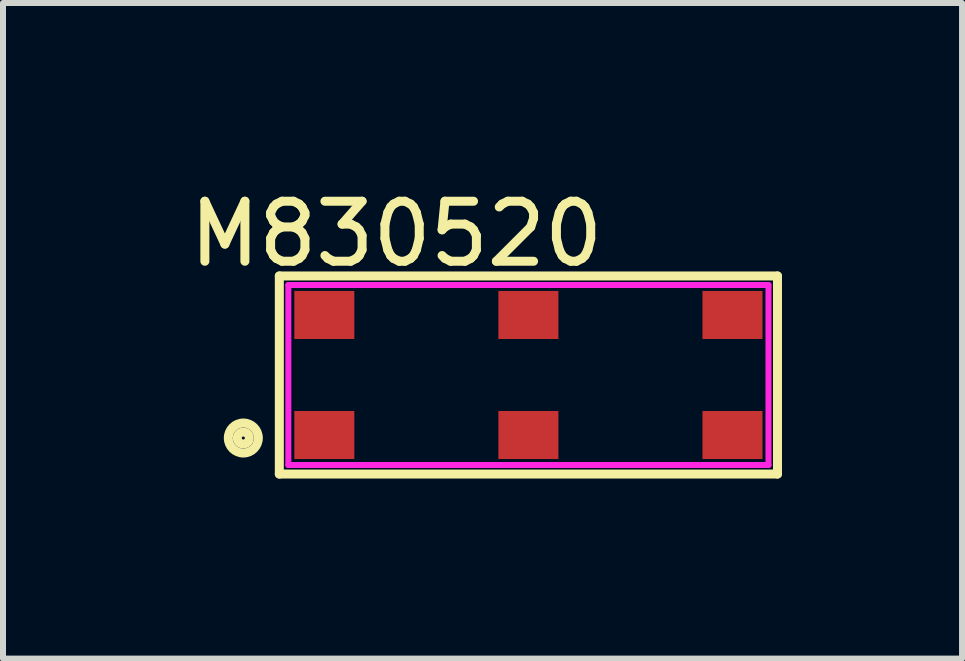
<source format=kicad_pcb>
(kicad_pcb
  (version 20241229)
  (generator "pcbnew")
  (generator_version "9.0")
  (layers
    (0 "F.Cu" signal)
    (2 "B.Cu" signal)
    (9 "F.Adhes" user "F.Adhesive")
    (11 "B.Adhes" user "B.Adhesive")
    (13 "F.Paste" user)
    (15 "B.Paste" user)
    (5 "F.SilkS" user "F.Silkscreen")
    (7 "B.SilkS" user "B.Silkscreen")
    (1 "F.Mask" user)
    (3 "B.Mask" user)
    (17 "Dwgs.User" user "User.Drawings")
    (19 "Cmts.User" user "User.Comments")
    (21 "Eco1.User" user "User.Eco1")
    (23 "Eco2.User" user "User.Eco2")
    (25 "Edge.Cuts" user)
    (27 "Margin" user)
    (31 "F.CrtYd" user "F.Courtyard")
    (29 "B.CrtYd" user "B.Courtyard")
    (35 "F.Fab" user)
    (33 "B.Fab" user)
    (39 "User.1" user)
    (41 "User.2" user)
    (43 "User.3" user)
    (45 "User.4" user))
  (footprint "M830520"
    (layer "F.Cu")
    (at 5.754 3.198)
    (property "Reference" "M830520" (at -2.2 -2.35 0) (layer "F.SilkS") (effects (font (size 1 1) (thickness 0.15))))
    (attr through_hole)
    (fp_line (start -4.15 -1.65) (end 4.15 -1.65) (stroke (width 0.15) (type solid)) (layer "F.SilkS"))
    (fp_line (start -4.15 1.65) (end -4.15 -1.65) (stroke (width 0.15) (type solid)) (layer "F.SilkS"))
    (fp_line (start 4.15 -1.65) (end 4.15 1.6) (stroke (width 0.15) (type solid)) (layer "F.SilkS"))
    (fp_line (start 4.15 1.6) (end 4.15 1.65) (stroke (width 0.15) (type solid)) (layer "F.SilkS"))
    (fp_line (start 4.15 1.65) (end -4.15 1.65) (stroke (width 0.15) (type solid)) (layer "F.SilkS"))
    (fp_circle (center -4.75 1.05) (end -4.65 1.05) (stroke (width 0.15) (type solid)) (fill no) (layer "F.SilkS"))
    (fp_circle (center -4.75 1.05) (end -4.5 1.05) (stroke (width 0.15) (type solid)) (fill no) (layer "F.SilkS"))
    (fp_line (start -4 -1.5) (end 4 -1.5) (stroke (width 0.1) (type solid)) (layer "F.CrtYd"))
    (fp_line (start -4 1.5) (end -4 -1.5) (stroke (width 0.1) (type solid)) (layer "F.CrtYd"))
    (fp_line (start 4 -1.5) (end 4 1.5) (stroke (width 0.1) (type solid)) (layer "F.CrtYd"))
    (fp_line (start 4 1.5) (end -4 1.5) (stroke (width 0.1) (type solid)) (layer "F.CrtYd"))
    (pad "1" smd rect (at -3.4 1) (size 1 0.8) (layers "F.Cu" "F.Mask" "F.Paste"))
    (pad "2" smd rect (at -3.4 -1) (size 1 0.8) (layers "F.Cu" "F.Mask" "F.Paste"))
    (pad "3" smd rect (at 0 -1) (size 1 0.8) (layers "F.Cu" "F.Mask" "F.Paste"))
    (pad "4" smd rect (at 3.4 -1) (size 1 0.8) (layers "F.Cu" "F.Mask" "F.Paste"))
    (pad "5" smd rect (at 3.4 1) (size 1 0.8) (layers "F.Cu" "F.Mask" "F.Paste"))
    (pad "6" smd rect (at 0 1) (size 1 0.8) (layers "F.Cu" "F.Mask" "F.Paste")))
  (gr_rect
    (start -3 -3)
    (end 12.979 7.923)
    (stroke (width 0.1) (type default))
    (fill no)
    (layer "Edge.Cuts")))
</source>
